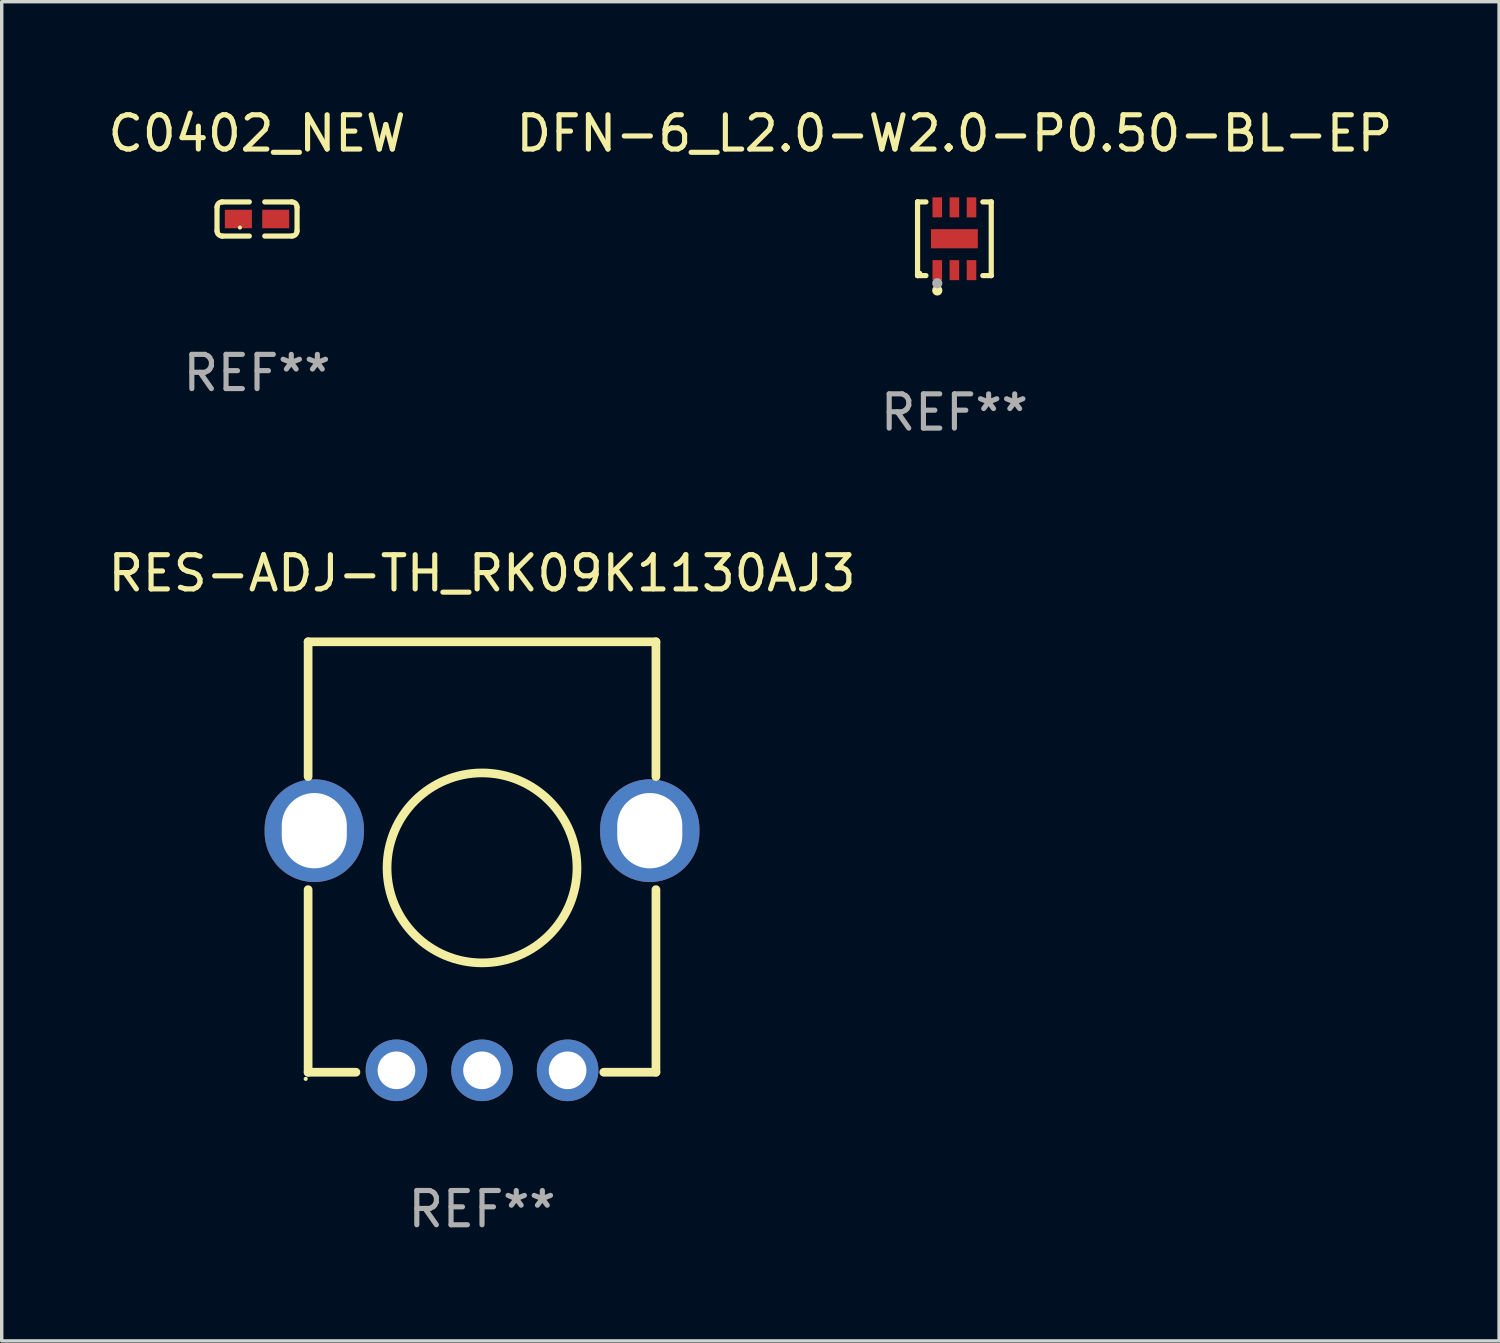
<source format=kicad_pcb>
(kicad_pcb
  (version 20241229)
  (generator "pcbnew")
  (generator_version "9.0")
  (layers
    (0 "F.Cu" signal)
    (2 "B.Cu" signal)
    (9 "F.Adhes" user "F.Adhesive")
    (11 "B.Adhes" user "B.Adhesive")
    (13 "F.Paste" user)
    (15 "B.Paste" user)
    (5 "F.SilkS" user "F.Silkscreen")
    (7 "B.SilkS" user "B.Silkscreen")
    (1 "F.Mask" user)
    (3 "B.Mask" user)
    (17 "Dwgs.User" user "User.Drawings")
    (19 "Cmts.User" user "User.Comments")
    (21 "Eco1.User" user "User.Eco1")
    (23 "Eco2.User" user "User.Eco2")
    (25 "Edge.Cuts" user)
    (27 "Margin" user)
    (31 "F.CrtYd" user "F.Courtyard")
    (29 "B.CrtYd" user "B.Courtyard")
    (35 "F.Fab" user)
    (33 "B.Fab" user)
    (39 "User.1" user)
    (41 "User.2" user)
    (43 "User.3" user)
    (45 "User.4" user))
  (footprint "C0402_NEW"
    (layer "F.Cu")
    (at 4.458 3.347)
    (property "Reference" "C0402_NEW" (at 0 -2.499 0) (layer "F.SilkS") (effects (font (size 1 1) (thickness 0.15))))
    (attr through_hole)
    (fp_line (start -1.169 0.346) (end -1.169 -0.346) (stroke (width 0.152) (type solid)) (layer "F.SilkS"))
    (fp_line (start -1.016 -0.499) (end -0.226 -0.499) (stroke (width 0.152) (type solid)) (layer "F.SilkS"))
    (fp_line (start -0.226 0.499) (end -1.016 0.499) (stroke (width 0.152) (type solid)) (layer "F.SilkS"))
    (fp_line (start 0.226 0.499) (end 1.016 0.499) (stroke (width 0.152) (type solid)) (layer "F.SilkS"))
    (fp_line (start 1.016 -0.499) (end 0.226 -0.499) (stroke (width 0.152) (type solid)) (layer "F.SilkS"))
    (fp_line (start 1.169 0.346) (end 1.169 -0.346) (stroke (width 0.152) (type solid)) (layer "F.SilkS"))
    (fp_arc (start -1.168707 -0.346203) (mid -1.12407 -0.453966) (end -1.016307 -0.498603) (stroke (width 0.1524) (type solid)) (layer "F.SilkS"))
    (fp_arc (start -1.016307 0.498603) (mid -1.12407 0.453966) (end -1.168707 0.346203) (stroke (width 0.1524) (type solid)) (layer "F.SilkS"))
    (fp_arc (start 1.016307 -0.498603) (mid 1.12407 -0.453966) (end 1.168707 -0.346203) (stroke (width 0.1524) (type solid)) (layer "F.SilkS"))
    (fp_arc (start 1.168707 0.346203) (mid 1.12407 0.453966) (end 1.016307 0.498603) (stroke (width 0.1524) (type solid)) (layer "F.SilkS"))
    (fp_circle (center -0.5 0.25) (end -0.47 0.25) (stroke (width 0.06) (type solid)) (fill no) (layer "F.SilkS"))
    (fp_text user "REF**" (at 0 4.499 0) (layer "F.Fab") (effects (font (size 1 1) (thickness 0.15))))
    (pad "1" smd rect (at -0.545 0) (size 0.79 0.54) (layers "F.Cu" "F.Mask" "F.Paste"))
    (pad "2" smd rect (at 0.545 0) (size 0.79 0.54) (layers "F.Cu" "F.Mask" "F.Paste")))
  (footprint "RES-ADJ-TH_RK09K1130AJ3"
    (layer "F.Cu")
    (at 11.03 24.714)
    (property "Reference" "RES-ADJ-TH_RK09K1130AJ3" (at -0.000127 -11.017 0) (layer "F.SilkS") (effects (font (size 1 1) (thickness 0.15))))
    (attr through_hole)
    (fp_line (start -5.08 -9.017) (end 5.08 -9.017) (stroke (width 0.254) (type solid)) (layer "F.SilkS"))
    (fp_line (start -5.08 -5.08) (end -5.08 -9.017) (stroke (width 0.254) (type solid)) (layer "F.SilkS"))
    (fp_line (start -5.08 -1.778) (end -5.08 3.556) (stroke (width 0.254) (type solid)) (layer "F.SilkS"))
    (fp_line (start -5.08 3.556) (end -3.683 3.556) (stroke (width 0.254) (type solid)) (layer "F.SilkS"))
    (fp_line (start 3.556 3.556) (end 5.08 3.556) (stroke (width 0.254) (type solid)) (layer "F.SilkS"))
    (fp_line (start 5.08 -9.017) (end 5.08 -5.08) (stroke (width 0.254) (type solid)) (layer "F.SilkS"))
    (fp_line (start 5.08 3.556) (end 5.08 -1.778) (stroke (width 0.254) (type solid)) (layer "F.SilkS"))
    (fp_circle (center -5.15 3.75) (end -5.12 3.75) (stroke (width 0.06) (type solid)) (fill no) (layer "F.SilkS"))
    (fp_circle (center 0 -2.413) (end 2.774 -2.413) (stroke (width 0.254) (type solid)) (fill no) (layer "F.SilkS"))
    (fp_text user "REF**" (at -0.000127 7.556 0) (layer "F.Fab") (effects (font (size 1 1) (thickness 0.15))))
    (pad "1" thru_hole circle (at -2.5 3.5) (size 1.8 1.8) (drill 1.1) (layers "*.Cu" "*.Mask"))
    (pad "2" thru_hole circle (at 0 3.5) (size 1.8 1.8) (drill 1.1) (layers "*.Cu" "*.Mask"))
    (pad "3" thru_hole circle (at 2.5 3.5) (size 1.8 1.8) (drill 1.1) (layers "*.Cu" "*.Mask"))
    (pad "4" thru_hole oval (at -4.9 -3.5) (size 2.9 3) (drill oval 1.9 2.2) (layers "*.Cu" "*.Mask"))
    (pad "5" thru_hole oval (at 4.9 -3.5) (size 2.9 3) (drill oval 1.9 2.2) (layers "*.Cu" "*.Mask")))
  (footprint "DFN-6_L2.0-W2.0-P0.50-BL-EP"
    (layer "F.Cu")
    (at 24.828 3.924)
    (property "Reference" "DFN-6_L2.0-W2.0-P0.50-BL-EP" (at -0.000127 -3.076 0) (layer "F.SilkS") (effects (font (size 1 1) (thickness 0.15))))
    (attr through_hole)
    (fp_line (start -1.076 -1.076) (end -1.076 -1.076) (stroke (width 0.152) (type solid)) (layer "F.SilkS"))
    (fp_line (start -1.076 -1.076) (end -0.831 -1.076) (stroke (width 0.152) (type solid)) (layer "F.SilkS"))
    (fp_line (start -1.076 1.076) (end -1.076 -1.076) (stroke (width 0.152) (type solid)) (layer "F.SilkS"))
    (fp_line (start -1.076 1.076) (end -1.076 1.076) (stroke (width 0.152) (type solid)) (layer "F.SilkS"))
    (fp_line (start -0.831 1.076) (end -1.076 1.076) (stroke (width 0.152) (type solid)) (layer "F.SilkS"))
    (fp_line (start 0.83 1.076) (end 1.076 1.076) (stroke (width 0.152) (type solid)) (layer "F.SilkS"))
    (fp_line (start 1.076 -1.076) (end 0.83 -1.076) (stroke (width 0.152) (type solid)) (layer "F.SilkS"))
    (fp_line (start 1.076 -1.076) (end 1.076 -1.076) (stroke (width 0.152) (type solid)) (layer "F.SilkS"))
    (fp_line (start 1.076 1.076) (end 1.076 -1.076) (stroke (width 0.152) (type solid)) (layer "F.SilkS"))
    (fp_line (start 1.076 1.076) (end 1.076 1.076) (stroke (width 0.152) (type solid)) (layer "F.SilkS"))
    (fp_circle (center -1 1) (end -0.97 1) (stroke (width 0.06) (type solid)) (fill no) (layer "F.SilkS"))
    (fp_circle (center -0.5 1.51) (end -0.425 1.51) (stroke (width 0.15) (type solid)) (fill no) (layer "F.SilkS"))
    (fp_circle (center -0.5 1.3) (end -0.425 1.3) (stroke (width 0.15) (type solid)) (fill no) (layer "F.Fab"))
    (fp_text user "REF**" (at -0.000127 5.076 0) (layer "F.Fab") (effects (font (size 1 1) (thickness 0.15))))
    (pad "1" smd rect (at -0.5 0.917) (size 0.28 0.585) (layers "F.Cu" "F.Mask" "F.Paste"))
    (pad "2" smd rect (at -0.000127 0.917) (size 0.28 0.585) (layers "F.Cu" "F.Mask" "F.Paste"))
    (pad "3" smd rect (at 0.5 0.917) (size 0.28 0.585) (layers "F.Cu" "F.Mask" "F.Paste"))
    (pad "4" smd rect (at 0.5 -0.917) (size 0.28 0.585) (layers "F.Cu" "F.Mask" "F.Paste"))
    (pad "5" smd rect (at -0.000127 -0.917) (size 0.28 0.585) (layers "F.Cu" "F.Mask" "F.Paste"))
    (pad "6" smd rect (at -0.5 -0.917) (size 0.28 0.585) (layers "F.Cu" "F.Mask" "F.Paste"))
    (pad "7" smd rect (at -0.000127 0) (size 1.37 0.56) (layers "F.Cu" "F.Mask" "F.Paste")))
  (gr_rect
    (start -3 -3)
    (end 40.738 36.118)
    (stroke (width 0.1) (type default))
    (fill no)
    (layer "Edge.Cuts")))
</source>
